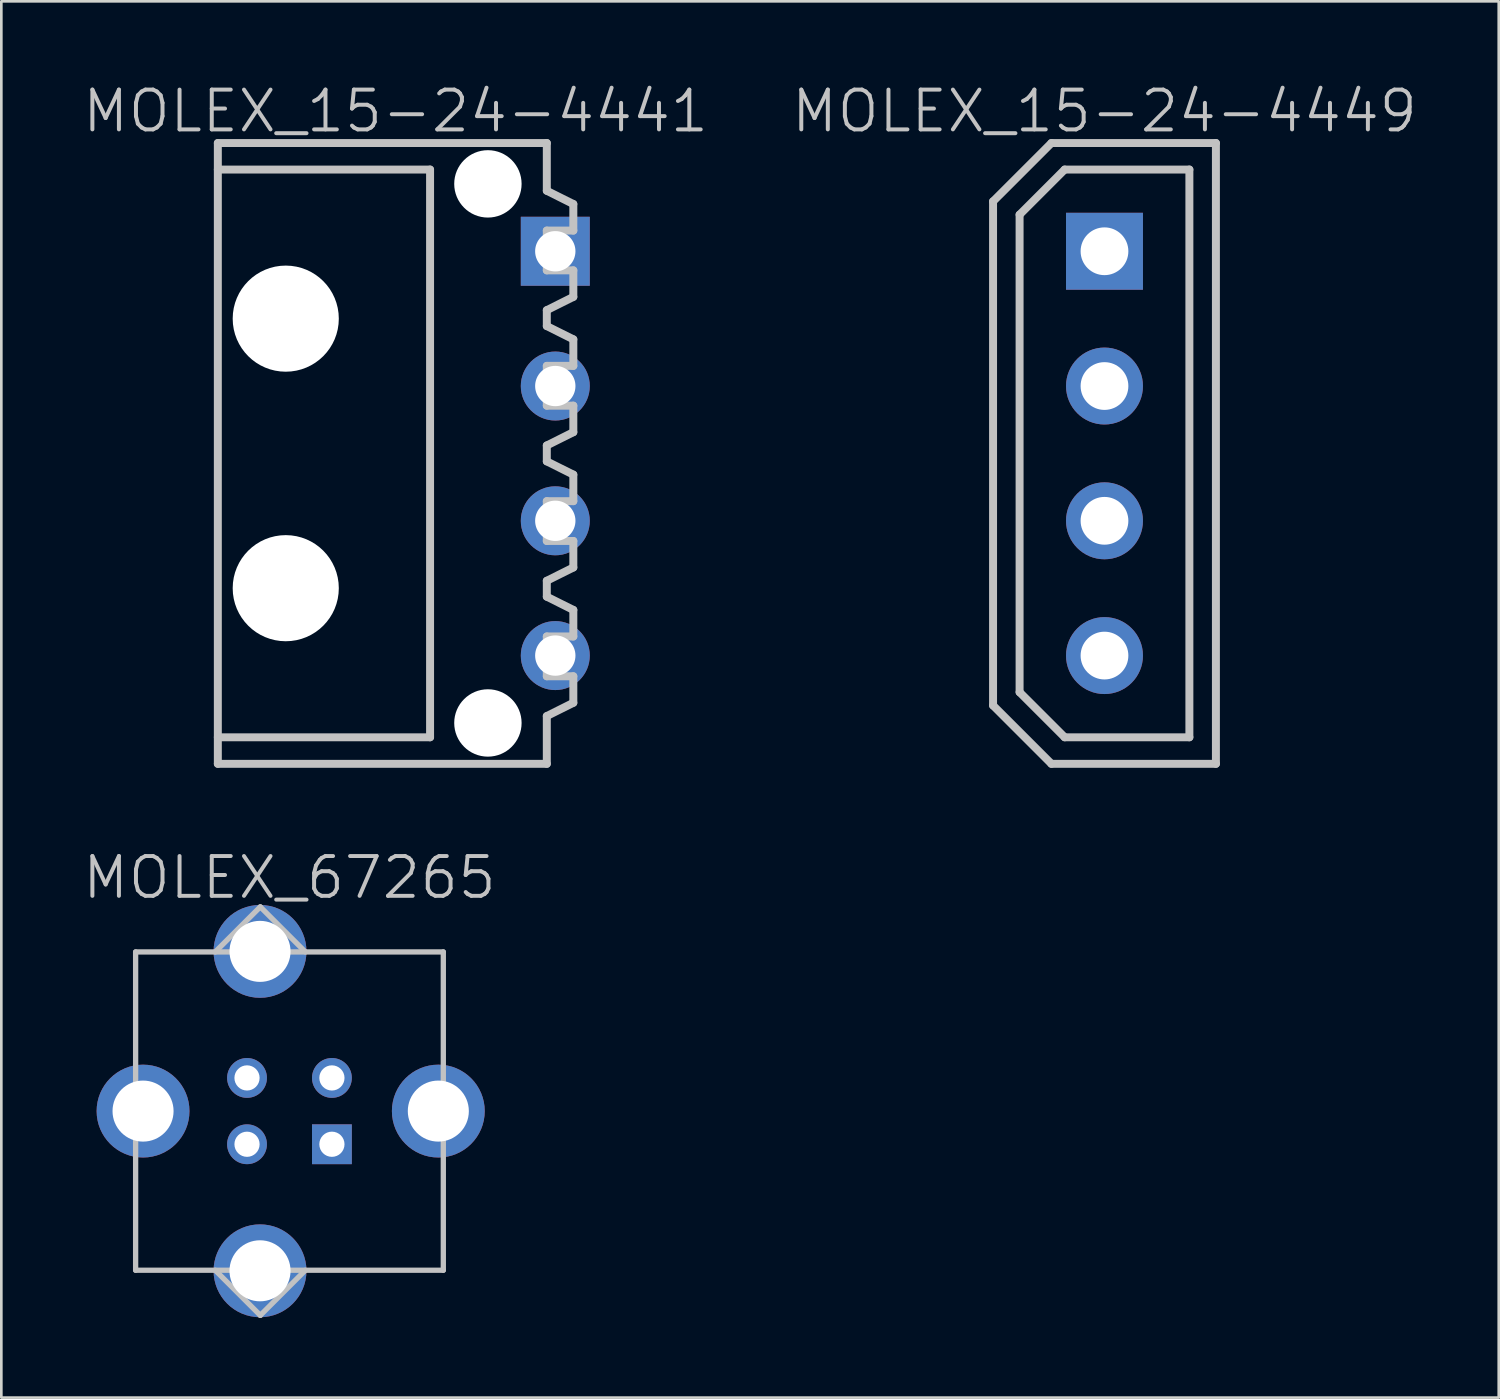
<source format=kicad_pcb>
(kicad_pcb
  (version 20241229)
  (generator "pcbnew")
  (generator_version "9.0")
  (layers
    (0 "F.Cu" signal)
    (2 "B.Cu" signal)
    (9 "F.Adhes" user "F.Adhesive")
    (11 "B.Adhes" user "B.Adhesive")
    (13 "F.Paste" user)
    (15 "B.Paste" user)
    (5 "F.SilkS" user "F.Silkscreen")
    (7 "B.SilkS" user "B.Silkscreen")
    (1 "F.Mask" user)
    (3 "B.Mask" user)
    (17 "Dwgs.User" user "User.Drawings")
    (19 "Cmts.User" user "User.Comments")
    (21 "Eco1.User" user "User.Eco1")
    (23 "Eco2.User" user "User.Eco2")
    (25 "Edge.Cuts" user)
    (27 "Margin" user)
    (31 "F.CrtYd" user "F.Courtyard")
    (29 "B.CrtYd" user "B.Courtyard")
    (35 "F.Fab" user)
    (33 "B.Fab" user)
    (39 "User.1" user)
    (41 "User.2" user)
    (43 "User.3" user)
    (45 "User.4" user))
  (footprint "MOLEX_67265"
    (layer "F.Cu")
    (at 7.861 38.831)
    (property "Reference" "MOLEX_67265" (at 0 -8.8 180) (layer "Dwgs.User") (effects (font (size 1.5 1.5) (thickness 0.15))))
    (attr through_hole)
    (fp_line (start -5.799 -5.999) (end 5.799 -5.999) (stroke (width 0.2) (type solid)) (layer "Dwgs.User"))
    (fp_line (start -5.799 5.999) (end -5.799 -5.999) (stroke (width 0.2) (type solid)) (layer "Dwgs.User"))
    (fp_line (start -1.1 -7.699) (end -2.799 -5.999) (stroke (width 0.2) (type solid)) (layer "Dwgs.User"))
    (fp_line (start -1.1 7.699) (end -2.799 5.999) (stroke (width 0.2) (type solid)) (layer "Dwgs.User"))
    (fp_line (start 0.599 -5.999) (end -1.1 -7.699) (stroke (width 0.2) (type solid)) (layer "Dwgs.User"))
    (fp_line (start 0.599 5.999) (end -1.1 7.699) (stroke (width 0.2) (type solid)) (layer "Dwgs.User"))
    (fp_line (start 5.799 -5.999) (end 5.799 5.999) (stroke (width 0.2) (type solid)) (layer "Dwgs.User"))
    (fp_line (start 5.799 5.999) (end -5.799 5.999) (stroke (width 0.2) (type solid)) (layer "Dwgs.User"))
    (pad "" thru_hole circle (at -5.519 0 270) (size 3.5 3.5) (drill 2.301) (layers "*.Cu" "*.Mask"))
    (pad "" thru_hole circle (at -1.11 -6.02 270) (size 3.5 3.5) (drill 2.301) (layers "*.Cu" "*.Mask"))
    (pad "" thru_hole circle (at -1.11 6.02 270) (size 3.5 3.5) (drill 2.301) (layers "*.Cu" "*.Mask"))
    (pad "" thru_hole circle (at 5.611 0 270) (size 3.5 3.5) (drill 2.301) (layers "*.Cu" "*.Mask"))
    (pad "1" thru_hole rect (at 1.6 1.25) (size 1.501 1.501) (drill 0.95) (layers "*.Cu" "*.Mask"))
    (pad "2" thru_hole circle (at 1.6 -1.25 270) (size 1.501 1.501) (drill 0.95) (layers "*.Cu" "*.Mask"))
    (pad "3" thru_hole circle (at -1.6 -1.25 270) (size 1.501 1.501) (drill 0.95) (layers "*.Cu" "*.Mask"))
    (pad "4" thru_hole circle (at -1.6 1.25 270) (size 1.501 1.501) (drill 0.95) (layers "*.Cu" "*.Mask")))
  (footprint "MOLEX_15-24-4441"
    (layer "F.Cu")
    (at 11.861 14.041)
    (property "Reference" "MOLEX_15-24-4441" (at 0 -12.9 180) (layer "Dwgs.User") (effects (font (size 1.5 1.5) (thickness 0.15))))
    (attr through_hole)
    (fp_line (start -6.7 -11.7) (end -6.7 11.7) (stroke (width 0.3) (type solid)) (layer "Dwgs.User"))
    (fp_line (start 1.3 -10.7) (end -6.7 -10.7) (stroke (width 0.3) (type solid)) (layer "Dwgs.User"))
    (fp_line (start 1.3 -10.7) (end 1.3 10.7) (stroke (width 0.3) (type solid)) (layer "Dwgs.User"))
    (fp_line (start 1.3 10.7) (end -6.7 10.7) (stroke (width 0.3) (type solid)) (layer "Dwgs.User"))
    (fp_line (start 5.7 -11.7) (end -6.7 -11.7) (stroke (width 0.3) (type solid)) (layer "Dwgs.User"))
    (fp_line (start 5.7 -9.9) (end 5.7 -11.7) (stroke (width 0.3) (type solid)) (layer "Dwgs.User"))
    (fp_line (start 5.7 -8.4) (end 6.7 -8.4) (stroke (width 0.3) (type solid)) (layer "Dwgs.User"))
    (fp_line (start 5.7 -6.9) (end 5.7 -8.4) (stroke (width 0.3) (type solid)) (layer "Dwgs.User"))
    (fp_line (start 5.7 -6.9) (end 6.7 -6.9) (stroke (width 0.3) (type solid)) (layer "Dwgs.User"))
    (fp_line (start 5.7 -4.8) (end 5.7 -5.4) (stroke (width 0.3) (type solid)) (layer "Dwgs.User"))
    (fp_line (start 5.7 -3.3) (end 6.7 -3.3) (stroke (width 0.3) (type solid)) (layer "Dwgs.User"))
    (fp_line (start 5.7 -1.8) (end 5.7 -3.3) (stroke (width 0.3) (type solid)) (layer "Dwgs.User"))
    (fp_line (start 5.7 -1.8) (end 6.7 -1.8) (stroke (width 0.3) (type solid)) (layer "Dwgs.User"))
    (fp_line (start 5.7 0.3) (end 5.7 -0.3) (stroke (width 0.3) (type solid)) (layer "Dwgs.User"))
    (fp_line (start 5.7 1.8) (end 6.7 1.8) (stroke (width 0.3) (type solid)) (layer "Dwgs.User"))
    (fp_line (start 5.7 3.3) (end 5.7 1.8) (stroke (width 0.3) (type solid)) (layer "Dwgs.User"))
    (fp_line (start 5.7 3.3) (end 6.7 3.3) (stroke (width 0.3) (type solid)) (layer "Dwgs.User"))
    (fp_line (start 5.7 5.4) (end 5.7 4.8) (stroke (width 0.3) (type solid)) (layer "Dwgs.User"))
    (fp_line (start 5.7 6.9) (end 6.7 6.9) (stroke (width 0.3) (type solid)) (layer "Dwgs.User"))
    (fp_line (start 5.7 8.4) (end 5.7 6.9) (stroke (width 0.3) (type solid)) (layer "Dwgs.User"))
    (fp_line (start 5.7 8.4) (end 6.7 8.4) (stroke (width 0.3) (type solid)) (layer "Dwgs.User"))
    (fp_line (start 5.7 11.7) (end -6.7 11.7) (stroke (width 0.3) (type solid)) (layer "Dwgs.User"))
    (fp_line (start 5.7 11.7) (end 5.7 9.9) (stroke (width 0.3) (type solid)) (layer "Dwgs.User"))
    (fp_line (start 6.7 -9.4) (end 5.7 -9.9) (stroke (width 0.3) (type solid)) (layer "Dwgs.User"))
    (fp_line (start 6.7 -8.4) (end 6.7 -9.4) (stroke (width 0.3) (type solid)) (layer "Dwgs.User"))
    (fp_line (start 6.7 -6.9) (end 6.7 -5.9) (stroke (width 0.3) (type solid)) (layer "Dwgs.User"))
    (fp_line (start 6.7 -5.9) (end 5.7 -5.4) (stroke (width 0.3) (type solid)) (layer "Dwgs.User"))
    (fp_line (start 6.7 -4.3) (end 5.7 -4.8) (stroke (width 0.3) (type solid)) (layer "Dwgs.User"))
    (fp_line (start 6.7 -3.3) (end 6.7 -4.3) (stroke (width 0.3) (type solid)) (layer "Dwgs.User"))
    (fp_line (start 6.7 -1.8) (end 6.7 -0.8) (stroke (width 0.3) (type solid)) (layer "Dwgs.User"))
    (fp_line (start 6.7 -0.8) (end 5.7 -0.3) (stroke (width 0.3) (type solid)) (layer "Dwgs.User"))
    (fp_line (start 6.7 0.8) (end 5.7 0.3) (stroke (width 0.3) (type solid)) (layer "Dwgs.User"))
    (fp_line (start 6.7 1.8) (end 6.7 0.8) (stroke (width 0.3) (type solid)) (layer "Dwgs.User"))
    (fp_line (start 6.7 3.3) (end 6.7 4.3) (stroke (width 0.3) (type solid)) (layer "Dwgs.User"))
    (fp_line (start 6.7 4.3) (end 5.7 4.8) (stroke (width 0.3) (type solid)) (layer "Dwgs.User"))
    (fp_line (start 6.7 5.9) (end 5.7 5.4) (stroke (width 0.3) (type solid)) (layer "Dwgs.User"))
    (fp_line (start 6.7 6.9) (end 6.7 5.9) (stroke (width 0.3) (type solid)) (layer "Dwgs.User"))
    (fp_line (start 6.7 8.4) (end 6.7 9.4) (stroke (width 0.3) (type solid)) (layer "Dwgs.User"))
    (fp_line (start 6.7 9.4) (end 5.7 9.9) (stroke (width 0.3) (type solid)) (layer "Dwgs.User"))
    (pad "" np_thru_hole circle (at -4.14 -5.08 270) (size 4 4) (drill 4) (layers "*.Cu" "*.Mask"))
    (pad "" np_thru_hole circle (at -4.14 5.08 270) (size 4 4) (drill 4) (layers "*.Cu" "*.Mask"))
    (pad "" np_thru_hole circle (at 3.48 -10.16 270) (size 2.54 2.54) (drill 2.54) (layers "*.Cu" "*.Mask"))
    (pad "" np_thru_hole circle (at 3.48 10.16 270) (size 2.54 2.54) (drill 2.54) (layers "*.Cu" "*.Mask"))
    (pad "1" thru_hole rect (at 6.02 -7.62) (size 2.6 2.6) (drill 1.52) (layers "*.Cu"))
    (pad "2" thru_hole circle (at 6.02 -2.54 270) (size 2.6 2.6) (drill 1.52) (layers "*.Cu"))
    (pad "3" thru_hole circle (at 6.02 2.54 270) (size 2.6 2.6) (drill 1.52) (layers "*.Cu"))
    (pad "4" thru_hole circle (at 6.02 7.62 270) (size 2.6 2.6) (drill 1.52) (layers "*.Cu")))
  (footprint "MOLEX_15-24-4449"
    (layer "F.Cu")
    (at 38.582 14.041)
    (property "Reference" "MOLEX_15-24-4449" (at 0 -12.9 180) (layer "Dwgs.User") (effects (font (size 1.5 1.5) (thickness 0.15))))
    (attr through_hole)
    (fp_line (start -4.2 -9.5) (end -4.2 9.5) (stroke (width 0.3) (type solid)) (layer "Dwgs.User"))
    (fp_line (start -4.2 -9.5) (end -2 -11.7) (stroke (width 0.3) (type solid)) (layer "Dwgs.User"))
    (fp_line (start -4.2 9.5) (end -2 11.7) (stroke (width 0.3) (type solid)) (layer "Dwgs.User"))
    (fp_line (start -3.2 -9) (end -3.2 9) (stroke (width 0.3) (type solid)) (layer "Dwgs.User"))
    (fp_line (start -3.2 -9) (end -1.5 -10.7) (stroke (width 0.3) (type solid)) (layer "Dwgs.User"))
    (fp_line (start -3.2 9) (end -1.5 10.7) (stroke (width 0.3) (type solid)) (layer "Dwgs.User"))
    (fp_line (start 3.2 -10.7) (end -1.5 -10.7) (stroke (width 0.3) (type solid)) (layer "Dwgs.User"))
    (fp_line (start 3.2 -10.7) (end 3.2 10.7) (stroke (width 0.3) (type solid)) (layer "Dwgs.User"))
    (fp_line (start 3.2 10.7) (end -1.5 10.7) (stroke (width 0.3) (type solid)) (layer "Dwgs.User"))
    (fp_line (start 4.2 -11.7) (end -2 -11.7) (stroke (width 0.3) (type solid)) (layer "Dwgs.User"))
    (fp_line (start 4.2 -11.7) (end 4.2 11.7) (stroke (width 0.3) (type solid)) (layer "Dwgs.User"))
    (fp_line (start 4.2 11.7) (end -2 11.7) (stroke (width 0.3) (type solid)) (layer "Dwgs.User"))
    (pad "1" thru_hole rect (at 0 -7.62) (size 2.9 2.9) (drill 1.8) (layers "*.Cu"))
    (pad "2" thru_hole circle (at 0 -2.54 270) (size 2.9 2.9) (drill 1.8) (layers "*.Cu"))
    (pad "3" thru_hole circle (at 0 2.54 270) (size 2.9 2.9) (drill 1.8) (layers "*.Cu"))
    (pad "4" thru_hole circle (at 0 7.62 270) (size 2.9 2.9) (drill 1.8) (layers "*.Cu")))
  (gr_rect
    (start -3 -3)
    (end 53.443 49.63)
    (stroke (width 0.1) (type default))
    (fill no)
    (layer "Edge.Cuts")))
</source>
